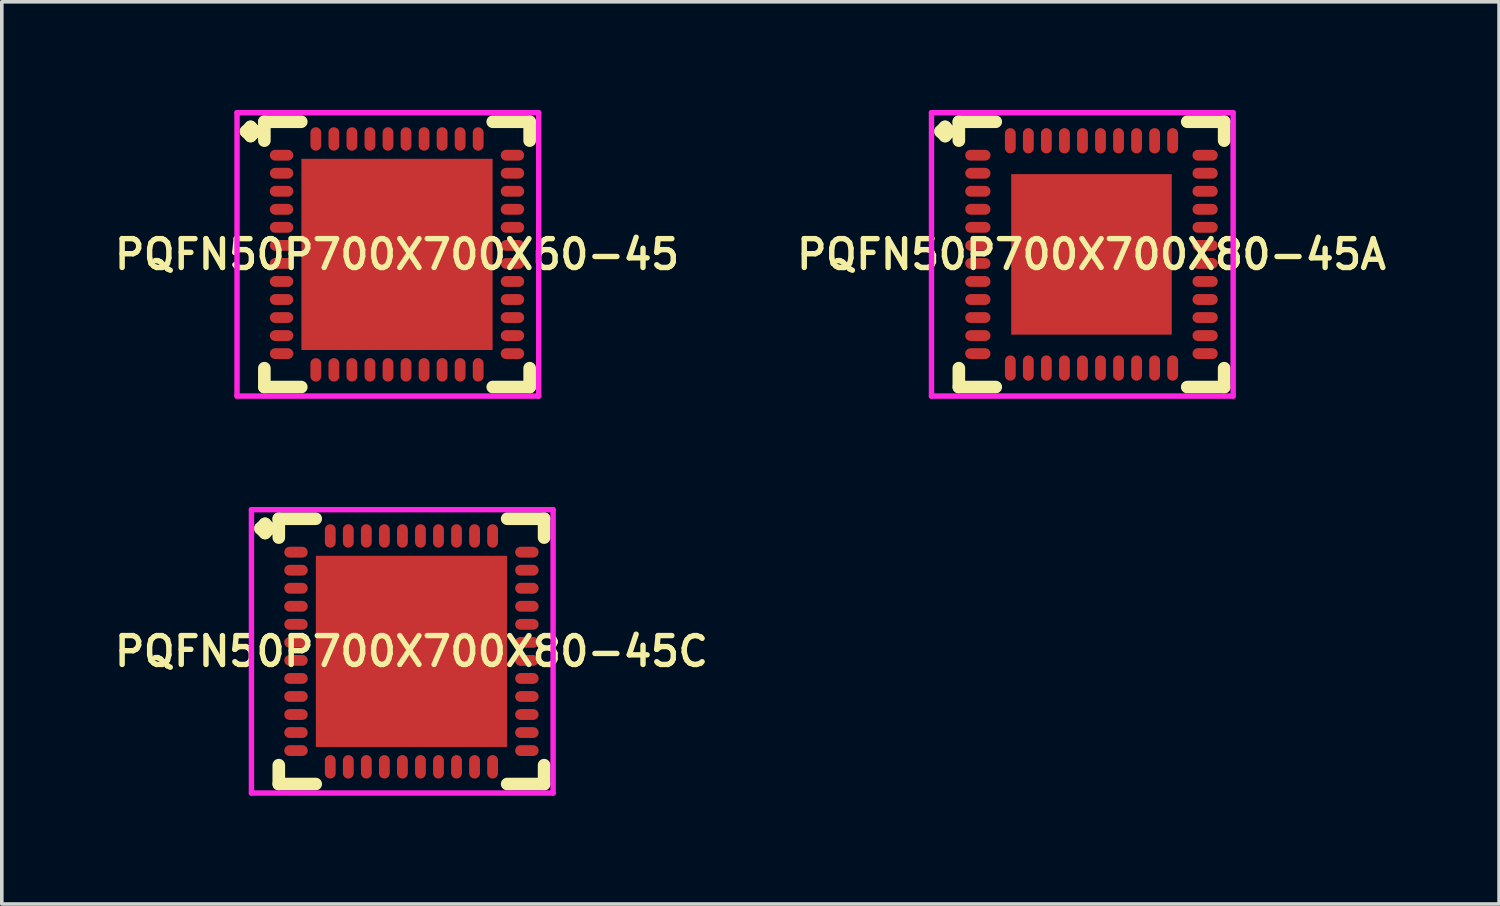
<source format=kicad_pcb>
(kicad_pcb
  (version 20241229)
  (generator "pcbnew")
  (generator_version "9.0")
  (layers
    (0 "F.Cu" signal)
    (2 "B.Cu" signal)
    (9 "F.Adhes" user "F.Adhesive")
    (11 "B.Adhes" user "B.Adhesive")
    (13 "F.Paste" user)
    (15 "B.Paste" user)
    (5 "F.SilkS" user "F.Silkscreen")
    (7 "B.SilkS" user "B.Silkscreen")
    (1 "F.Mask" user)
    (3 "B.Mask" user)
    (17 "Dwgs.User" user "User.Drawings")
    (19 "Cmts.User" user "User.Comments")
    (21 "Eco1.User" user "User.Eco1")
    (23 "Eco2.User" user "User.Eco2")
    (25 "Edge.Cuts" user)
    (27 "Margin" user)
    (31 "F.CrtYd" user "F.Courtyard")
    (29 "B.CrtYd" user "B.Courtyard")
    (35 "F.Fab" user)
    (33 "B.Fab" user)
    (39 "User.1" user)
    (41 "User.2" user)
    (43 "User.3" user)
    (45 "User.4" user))
  (footprint "PQFN50P700X700X80-45C"
    (layer "F.Cu")
    (at 8.355 15.006)
    (property "Reference" "PQFN50P700X700X80-45C" (at 0 0 0) (layer "F.SilkS") (effects (font (size 0.8 0.8) (thickness 0.15))))
    (attr smd)
    (fp_line (start -4.185 -3.408) (end -4.058 -3.535) (stroke (width 0.35) (type solid)) (layer "F.SilkS"))
    (fp_line (start -4.058 -3.535) (end -3.931 -3.408) (stroke (width 0.35) (type solid)) (layer "F.SilkS"))
    (fp_line (start -4.058 -3.281) (end -4.185 -3.408) (stroke (width 0.35) (type solid)) (layer "F.SilkS"))
    (fp_line (start -3.931 -3.408) (end -4.058 -3.281) (stroke (width 0.35) (type solid)) (layer "F.SilkS"))
    (fp_line (start -3.677 -3.677) (end -2.654 -3.677) (stroke (width 0.35) (type solid)) (layer "F.SilkS"))
    (fp_line (start -3.677 -3.154) (end -3.677 -3.677) (stroke (width 0.35) (type solid)) (layer "F.SilkS"))
    (fp_line (start -3.677 3.154) (end -3.677 3.677) (stroke (width 0.35) (type solid)) (layer "F.SilkS"))
    (fp_line (start -3.677 3.677) (end -2.654 3.677) (stroke (width 0.35) (type solid)) (layer "F.SilkS"))
    (fp_line (start 2.654 -3.677) (end 3.677 -3.677) (stroke (width 0.35) (type solid)) (layer "F.SilkS"))
    (fp_line (start 2.654 3.677) (end 3.677 3.677) (stroke (width 0.35) (type solid)) (layer "F.SilkS"))
    (fp_line (start 3.677 -3.677) (end 3.677 -3.154) (stroke (width 0.35) (type solid)) (layer "F.SilkS"))
    (fp_line (start 3.677 3.677) (end 3.677 3.154) (stroke (width 0.35) (type solid)) (layer "F.SilkS"))
    (fp_line (start -4.435 -3.927) (end 3.927 -3.927) (stroke (width 0.15) (type solid)) (layer "F.CrtYd"))
    (fp_line (start -4.435 3.927) (end -4.435 -3.927) (stroke (width 0.15) (type solid)) (layer "F.CrtYd"))
    (fp_line (start 3.927 -3.927) (end 3.927 3.927) (stroke (width 0.15) (type solid)) (layer "F.CrtYd"))
    (fp_line (start 3.927 3.927) (end -4.435 3.927) (stroke (width 0.15) (type solid)) (layer "F.CrtYd"))
    (pad "1" smd oval (at -3.2 -2.75) (size 0.65 0.3) (layers "F.Cu" "F.Mask" "F.Paste"))
    (pad "2" smd oval (at -3.2 -2.25) (size 0.65 0.3) (layers "F.Cu" "F.Mask" "F.Paste"))
    (pad "3" smd oval (at -3.2 -1.75) (size 0.65 0.3) (layers "F.Cu" "F.Mask" "F.Paste"))
    (pad "4" smd oval (at -3.2 -1.25) (size 0.65 0.3) (layers "F.Cu" "F.Mask" "F.Paste"))
    (pad "5" smd oval (at -3.2 -0.75) (size 0.65 0.3) (layers "F.Cu" "F.Mask" "F.Paste"))
    (pad "6" smd oval (at -3.2 -0.25) (size 0.65 0.3) (layers "F.Cu" "F.Mask" "F.Paste"))
    (pad "7" smd oval (at -3.2 0.25) (size 0.65 0.3) (layers "F.Cu" "F.Mask" "F.Paste"))
    (pad "8" smd oval (at -3.2 0.75) (size 0.65 0.3) (layers "F.Cu" "F.Mask" "F.Paste"))
    (pad "9" smd oval (at -3.2 1.25) (size 0.65 0.3) (layers "F.Cu" "F.Mask" "F.Paste"))
    (pad "10" smd oval (at -3.2 1.75) (size 0.65 0.3) (layers "F.Cu" "F.Mask" "F.Paste"))
    (pad "11" smd oval (at -3.2 2.25) (size 0.65 0.3) (layers "F.Cu" "F.Mask" "F.Paste"))
    (pad "12" smd oval (at -3.2 2.75) (size 0.65 0.3) (layers "F.Cu" "F.Mask" "F.Paste"))
    (pad "13" smd oval (at -2.25 3.2) (size 0.3 0.65) (layers "F.Cu" "F.Mask" "F.Paste"))
    (pad "14" smd oval (at -1.75 3.2) (size 0.3 0.65) (layers "F.Cu" "F.Mask" "F.Paste"))
    (pad "15" smd oval (at -1.25 3.2) (size 0.3 0.65) (layers "F.Cu" "F.Mask" "F.Paste"))
    (pad "16" smd oval (at -0.75 3.2) (size 0.3 0.65) (layers "F.Cu" "F.Mask" "F.Paste"))
    (pad "17" smd oval (at -0.25 3.2) (size 0.3 0.65) (layers "F.Cu" "F.Mask" "F.Paste"))
    (pad "18" smd oval (at 0.25 3.2) (size 0.3 0.65) (layers "F.Cu" "F.Mask" "F.Paste"))
    (pad "19" smd oval (at 0.75 3.2) (size 0.3 0.65) (layers "F.Cu" "F.Mask" "F.Paste"))
    (pad "20" smd oval (at 1.25 3.2) (size 0.3 0.65) (layers "F.Cu" "F.Mask" "F.Paste"))
    (pad "21" smd oval (at 1.75 3.2) (size 0.3 0.65) (layers "F.Cu" "F.Mask" "F.Paste"))
    (pad "22" smd oval (at 2.25 3.2) (size 0.3 0.65) (layers "F.Cu" "F.Mask" "F.Paste"))
    (pad "23" smd oval (at 3.2 2.75) (size 0.65 0.3) (layers "F.Cu" "F.Mask" "F.Paste"))
    (pad "24" smd oval (at 3.2 2.25) (size 0.65 0.3) (layers "F.Cu" "F.Mask" "F.Paste"))
    (pad "25" smd oval (at 3.2 1.75) (size 0.65 0.3) (layers "F.Cu" "F.Mask" "F.Paste"))
    (pad "26" smd oval (at 3.2 1.25) (size 0.65 0.3) (layers "F.Cu" "F.Mask" "F.Paste"))
    (pad "27" smd oval (at 3.2 0.75) (size 0.65 0.3) (layers "F.Cu" "F.Mask" "F.Paste"))
    (pad "28" smd oval (at 3.2 0.25) (size 0.65 0.3) (layers "F.Cu" "F.Mask" "F.Paste"))
    (pad "29" smd oval (at 3.2 -0.25) (size 0.65 0.3) (layers "F.Cu" "F.Mask" "F.Paste"))
    (pad "30" smd oval (at 3.2 -0.75) (size 0.65 0.3) (layers "F.Cu" "F.Mask" "F.Paste"))
    (pad "31" smd oval (at 3.2 -1.25) (size 0.65 0.3) (layers "F.Cu" "F.Mask" "F.Paste"))
    (pad "32" smd oval (at 3.2 -1.75) (size 0.65 0.3) (layers "F.Cu" "F.Mask" "F.Paste"))
    (pad "33" smd oval (at 3.2 -2.25) (size 0.65 0.3) (layers "F.Cu" "F.Mask" "F.Paste"))
    (pad "34" smd oval (at 3.2 -2.75) (size 0.65 0.3) (layers "F.Cu" "F.Mask" "F.Paste"))
    (pad "35" smd oval (at 2.25 -3.2) (size 0.3 0.65) (layers "F.Cu" "F.Mask" "F.Paste"))
    (pad "36" smd oval (at 1.75 -3.2) (size 0.3 0.65) (layers "F.Cu" "F.Mask" "F.Paste"))
    (pad "37" smd oval (at 1.25 -3.2) (size 0.3 0.65) (layers "F.Cu" "F.Mask" "F.Paste"))
    (pad "38" smd oval (at 0.75 -3.2) (size 0.3 0.65) (layers "F.Cu" "F.Mask" "F.Paste"))
    (pad "39" smd oval (at 0.25 -3.2) (size 0.3 0.65) (layers "F.Cu" "F.Mask" "F.Paste"))
    (pad "40" smd oval (at -0.25 -3.2) (size 0.3 0.65) (layers "F.Cu" "F.Mask" "F.Paste"))
    (pad "41" smd oval (at -0.75 -3.2) (size 0.3 0.65) (layers "F.Cu" "F.Mask" "F.Paste"))
    (pad "42" smd oval (at -1.25 -3.2) (size 0.3 0.65) (layers "F.Cu" "F.Mask" "F.Paste"))
    (pad "43" smd oval (at -1.75 -3.2) (size 0.3 0.65) (layers "F.Cu" "F.Mask" "F.Paste"))
    (pad "44" smd oval (at -2.25 -3.2) (size 0.3 0.65) (layers "F.Cu" "F.Mask" "F.Paste"))
    (pad "45" smd rect (at 0 0) (size 5.3 5.3) (layers "F.Cu" "F.Mask" "F.Paste")))
  (footprint "PQFN50P700X700X60-45"
    (layer "F.Cu")
    (at 7.955 4.002)
    (property "Reference" "PQFN50P700X700X60-45" (at 0 0 0) (layer "F.SilkS") (effects (font (size 0.8 0.8) (thickness 0.15))))
    (attr through_hole)
    (fp_line (start -4.185 -3.408) (end -4.058 -3.535) (stroke (width 0.35) (type solid)) (layer "F.SilkS"))
    (fp_line (start -4.058 -3.535) (end -3.931 -3.408) (stroke (width 0.35) (type solid)) (layer "F.SilkS"))
    (fp_line (start -4.058 -3.281) (end -4.185 -3.408) (stroke (width 0.35) (type solid)) (layer "F.SilkS"))
    (fp_line (start -3.931 -3.408) (end -4.058 -3.281) (stroke (width 0.35) (type solid)) (layer "F.SilkS"))
    (fp_line (start -3.677 -3.677) (end -2.654 -3.677) (stroke (width 0.35) (type solid)) (layer "F.SilkS"))
    (fp_line (start -3.677 -3.154) (end -3.677 -3.677) (stroke (width 0.35) (type solid)) (layer "F.SilkS"))
    (fp_line (start -3.677 3.154) (end -3.677 3.677) (stroke (width 0.35) (type solid)) (layer "F.SilkS"))
    (fp_line (start -3.677 3.677) (end -2.654 3.677) (stroke (width 0.35) (type solid)) (layer "F.SilkS"))
    (fp_line (start 2.654 -3.677) (end 3.677 -3.677) (stroke (width 0.35) (type solid)) (layer "F.SilkS"))
    (fp_line (start 2.654 3.677) (end 3.677 3.677) (stroke (width 0.35) (type solid)) (layer "F.SilkS"))
    (fp_line (start 3.677 -3.677) (end 3.677 -3.154) (stroke (width 0.35) (type solid)) (layer "F.SilkS"))
    (fp_line (start 3.677 3.677) (end 3.677 3.154) (stroke (width 0.35) (type solid)) (layer "F.SilkS"))
    (fp_line (start -4.435 -3.927) (end 3.927 -3.927) (stroke (width 0.15) (type solid)) (layer "F.CrtYd"))
    (fp_line (start -4.435 3.927) (end -4.435 -3.927) (stroke (width 0.15) (type solid)) (layer "F.CrtYd"))
    (fp_line (start 3.927 -3.927) (end 3.927 3.927) (stroke (width 0.15) (type solid)) (layer "F.CrtYd"))
    (fp_line (start 3.927 3.927) (end -4.435 3.927) (stroke (width 0.15) (type solid)) (layer "F.CrtYd"))
    (pad "1" smd oval (at -3.2 -2.75) (size 0.65 0.3) (layers "F.Cu" "F.Mask" "F.Paste"))
    (pad "2" smd oval (at -3.2 -2.25) (size 0.65 0.3) (layers "F.Cu" "F.Mask" "F.Paste"))
    (pad "3" smd oval (at -3.2 -1.75) (size 0.65 0.3) (layers "F.Cu" "F.Mask" "F.Paste"))
    (pad "4" smd oval (at -3.2 -1.25) (size 0.65 0.3) (layers "F.Cu" "F.Mask" "F.Paste"))
    (pad "5" smd oval (at -3.2 -0.75) (size 0.65 0.3) (layers "F.Cu" "F.Mask" "F.Paste"))
    (pad "6" smd oval (at -3.2 -0.25) (size 0.65 0.3) (layers "F.Cu" "F.Mask" "F.Paste"))
    (pad "7" smd oval (at -3.2 0.25) (size 0.65 0.3) (layers "F.Cu" "F.Mask" "F.Paste"))
    (pad "8" smd oval (at -3.2 0.75) (size 0.65 0.3) (layers "F.Cu" "F.Mask" "F.Paste"))
    (pad "9" smd oval (at -3.2 1.25) (size 0.65 0.3) (layers "F.Cu" "F.Mask" "F.Paste"))
    (pad "10" smd oval (at -3.2 1.75) (size 0.65 0.3) (layers "F.Cu" "F.Mask" "F.Paste"))
    (pad "11" smd oval (at -3.2 2.25) (size 0.65 0.3) (layers "F.Cu" "F.Mask" "F.Paste"))
    (pad "12" smd oval (at -3.2 2.75) (size 0.65 0.3) (layers "F.Cu" "F.Mask" "F.Paste"))
    (pad "13" smd oval (at -2.25 3.2) (size 0.3 0.65) (layers "F.Cu" "F.Mask" "F.Paste"))
    (pad "14" smd oval (at -1.75 3.2) (size 0.3 0.65) (layers "F.Cu" "F.Mask" "F.Paste"))
    (pad "15" smd oval (at -1.25 3.2) (size 0.3 0.65) (layers "F.Cu" "F.Mask" "F.Paste"))
    (pad "16" smd oval (at -0.75 3.2) (size 0.3 0.65) (layers "F.Cu" "F.Mask" "F.Paste"))
    (pad "17" smd oval (at -0.25 3.2) (size 0.3 0.65) (layers "F.Cu" "F.Mask" "F.Paste"))
    (pad "18" smd oval (at 0.25 3.2) (size 0.3 0.65) (layers "F.Cu" "F.Mask" "F.Paste"))
    (pad "19" smd oval (at 0.75 3.2) (size 0.3 0.65) (layers "F.Cu" "F.Mask" "F.Paste"))
    (pad "20" smd oval (at 1.25 3.2) (size 0.3 0.65) (layers "F.Cu" "F.Mask" "F.Paste"))
    (pad "21" smd oval (at 1.75 3.2) (size 0.3 0.65) (layers "F.Cu" "F.Mask" "F.Paste"))
    (pad "22" smd oval (at 2.25 3.2) (size 0.3 0.65) (layers "F.Cu" "F.Mask" "F.Paste"))
    (pad "23" smd oval (at 3.2 2.75) (size 0.65 0.3) (layers "F.Cu" "F.Mask" "F.Paste"))
    (pad "24" smd oval (at 3.2 2.25) (size 0.65 0.3) (layers "F.Cu" "F.Mask" "F.Paste"))
    (pad "25" smd oval (at 3.2 1.75) (size 0.65 0.3) (layers "F.Cu" "F.Mask" "F.Paste"))
    (pad "26" smd oval (at 3.2 1.25) (size 0.65 0.3) (layers "F.Cu" "F.Mask" "F.Paste"))
    (pad "27" smd oval (at 3.2 0.75) (size 0.65 0.3) (layers "F.Cu" "F.Mask" "F.Paste"))
    (pad "28" smd oval (at 3.2 0.25) (size 0.65 0.3) (layers "F.Cu" "F.Mask" "F.Paste"))
    (pad "29" smd oval (at 3.2 -0.25) (size 0.65 0.3) (layers "F.Cu" "F.Mask" "F.Paste"))
    (pad "30" smd oval (at 3.2 -0.75) (size 0.65 0.3) (layers "F.Cu" "F.Mask" "F.Paste"))
    (pad "31" smd oval (at 3.2 -1.25) (size 0.65 0.3) (layers "F.Cu" "F.Mask" "F.Paste"))
    (pad "32" smd oval (at 3.2 -1.75) (size 0.65 0.3) (layers "F.Cu" "F.Mask" "F.Paste"))
    (pad "33" smd oval (at 3.2 -2.25) (size 0.65 0.3) (layers "F.Cu" "F.Mask" "F.Paste"))
    (pad "34" smd oval (at 3.2 -2.75) (size 0.65 0.3) (layers "F.Cu" "F.Mask" "F.Paste"))
    (pad "35" smd oval (at 2.25 -3.2) (size 0.3 0.65) (layers "F.Cu" "F.Mask" "F.Paste"))
    (pad "36" smd oval (at 1.75 -3.2) (size 0.3 0.65) (layers "F.Cu" "F.Mask" "F.Paste"))
    (pad "37" smd oval (at 1.25 -3.2) (size 0.3 0.65) (layers "F.Cu" "F.Mask" "F.Paste"))
    (pad "38" smd oval (at 0.75 -3.2) (size 0.3 0.65) (layers "F.Cu" "F.Mask" "F.Paste"))
    (pad "39" smd oval (at 0.25 -3.2) (size 0.3 0.65) (layers "F.Cu" "F.Mask" "F.Paste"))
    (pad "40" smd oval (at -0.25 -3.2) (size 0.3 0.65) (layers "F.Cu" "F.Mask" "F.Paste"))
    (pad "41" smd oval (at -0.75 -3.2) (size 0.3 0.65) (layers "F.Cu" "F.Mask" "F.Paste"))
    (pad "42" smd oval (at -1.25 -3.2) (size 0.3 0.65) (layers "F.Cu" "F.Mask" "F.Paste"))
    (pad "43" smd oval (at -1.75 -3.2) (size 0.3 0.65) (layers "F.Cu" "F.Mask" "F.Paste"))
    (pad "44" smd oval (at -2.25 -3.2) (size 0.3 0.65) (layers "F.Cu" "F.Mask" "F.Paste"))
    (pad "45" smd rect (at 0 0) (size 5.3 5.3) (layers "F.Cu" "F.Mask" "F.Paste")))
  (footprint "PQFN50P700X700X80-45A"
    (layer "F.Cu")
    (at 27.206 4.002)
    (property "Reference" "PQFN50P700X700X80-45A" (at 0 0 0) (layer "F.SilkS") (effects (font (size 0.8 0.8) (thickness 0.15))))
    (attr smd)
    (fp_line (start -4.185 -3.408) (end -4.058 -3.535) (stroke (width 0.35) (type solid)) (layer "F.SilkS"))
    (fp_line (start -4.058 -3.535) (end -3.931 -3.408) (stroke (width 0.35) (type solid)) (layer "F.SilkS"))
    (fp_line (start -4.058 -3.281) (end -4.185 -3.408) (stroke (width 0.35) (type solid)) (layer "F.SilkS"))
    (fp_line (start -3.931 -3.408) (end -4.058 -3.281) (stroke (width 0.35) (type solid)) (layer "F.SilkS"))
    (fp_line (start -3.677 -3.677) (end -2.654 -3.677) (stroke (width 0.35) (type solid)) (layer "F.SilkS"))
    (fp_line (start -3.677 -3.154) (end -3.677 -3.677) (stroke (width 0.35) (type solid)) (layer "F.SilkS"))
    (fp_line (start -3.677 3.154) (end -3.677 3.677) (stroke (width 0.35) (type solid)) (layer "F.SilkS"))
    (fp_line (start -3.677 3.677) (end -2.654 3.677) (stroke (width 0.35) (type solid)) (layer "F.SilkS"))
    (fp_line (start 2.654 -3.677) (end 3.677 -3.677) (stroke (width 0.35) (type solid)) (layer "F.SilkS"))
    (fp_line (start 2.654 3.677) (end 3.677 3.677) (stroke (width 0.35) (type solid)) (layer "F.SilkS"))
    (fp_line (start 3.677 -3.677) (end 3.677 -3.154) (stroke (width 0.35) (type solid)) (layer "F.SilkS"))
    (fp_line (start 3.677 3.677) (end 3.677 3.154) (stroke (width 0.35) (type solid)) (layer "F.SilkS"))
    (fp_line (start -4.435 -3.927) (end 3.927 -3.927) (stroke (width 0.15) (type solid)) (layer "F.CrtYd"))
    (fp_line (start -4.435 3.927) (end -4.435 -3.927) (stroke (width 0.15) (type solid)) (layer "F.CrtYd"))
    (fp_line (start 3.927 -3.927) (end 3.927 3.927) (stroke (width 0.15) (type solid)) (layer "F.CrtYd"))
    (fp_line (start 3.927 3.927) (end -4.435 3.927) (stroke (width 0.15) (type solid)) (layer "F.CrtYd"))
    (pad "1" smd oval (at -3.15 -2.75) (size 0.7 0.3) (layers "F.Cu" "F.Mask" "F.Paste"))
    (pad "2" smd oval (at -3.15 -2.25) (size 0.7 0.3) (layers "F.Cu" "F.Mask" "F.Paste"))
    (pad "3" smd oval (at -3.15 -1.75) (size 0.7 0.3) (layers "F.Cu" "F.Mask" "F.Paste"))
    (pad "4" smd oval (at -3.15 -1.25) (size 0.7 0.3) (layers "F.Cu" "F.Mask" "F.Paste"))
    (pad "5" smd oval (at -3.15 -0.75) (size 0.7 0.3) (layers "F.Cu" "F.Mask" "F.Paste"))
    (pad "6" smd oval (at -3.15 -0.25) (size 0.7 0.3) (layers "F.Cu" "F.Mask" "F.Paste"))
    (pad "7" smd oval (at -3.15 0.25) (size 0.7 0.3) (layers "F.Cu" "F.Mask" "F.Paste"))
    (pad "8" smd oval (at -3.15 0.75) (size 0.7 0.3) (layers "F.Cu" "F.Mask" "F.Paste"))
    (pad "9" smd oval (at -3.15 1.25) (size 0.7 0.3) (layers "F.Cu" "F.Mask" "F.Paste"))
    (pad "10" smd oval (at -3.15 1.75) (size 0.7 0.3) (layers "F.Cu" "F.Mask" "F.Paste"))
    (pad "11" smd oval (at -3.15 2.25) (size 0.7 0.3) (layers "F.Cu" "F.Mask" "F.Paste"))
    (pad "12" smd oval (at -3.15 2.75) (size 0.7 0.3) (layers "F.Cu" "F.Mask" "F.Paste"))
    (pad "13" smd oval (at -2.25 3.15) (size 0.3 0.7) (layers "F.Cu" "F.Mask" "F.Paste"))
    (pad "14" smd oval (at -1.75 3.15) (size 0.3 0.7) (layers "F.Cu" "F.Mask" "F.Paste"))
    (pad "15" smd oval (at -1.25 3.15) (size 0.3 0.7) (layers "F.Cu" "F.Mask" "F.Paste"))
    (pad "16" smd oval (at -0.75 3.15) (size 0.3 0.7) (layers "F.Cu" "F.Mask" "F.Paste"))
    (pad "17" smd oval (at -0.25 3.15) (size 0.3 0.7) (layers "F.Cu" "F.Mask" "F.Paste"))
    (pad "18" smd oval (at 0.25 3.15) (size 0.3 0.7) (layers "F.Cu" "F.Mask" "F.Paste"))
    (pad "19" smd oval (at 0.75 3.15) (size 0.3 0.7) (layers "F.Cu" "F.Mask" "F.Paste"))
    (pad "20" smd oval (at 1.25 3.15) (size 0.3 0.7) (layers "F.Cu" "F.Mask" "F.Paste"))
    (pad "21" smd oval (at 1.75 3.15) (size 0.3 0.7) (layers "F.Cu" "F.Mask" "F.Paste"))
    (pad "22" smd oval (at 2.25 3.15) (size 0.3 0.7) (layers "F.Cu" "F.Mask" "F.Paste"))
    (pad "23" smd oval (at 3.15 2.75) (size 0.7 0.3) (layers "F.Cu" "F.Mask" "F.Paste"))
    (pad "24" smd oval (at 3.15 2.25) (size 0.7 0.3) (layers "F.Cu" "F.Mask" "F.Paste"))
    (pad "25" smd oval (at 3.15 1.75) (size 0.7 0.3) (layers "F.Cu" "F.Mask" "F.Paste"))
    (pad "26" smd oval (at 3.15 1.25) (size 0.7 0.3) (layers "F.Cu" "F.Mask" "F.Paste"))
    (pad "27" smd oval (at 3.15 0.75) (size 0.7 0.3) (layers "F.Cu" "F.Mask" "F.Paste"))
    (pad "28" smd oval (at 3.15 0.25) (size 0.7 0.3) (layers "F.Cu" "F.Mask" "F.Paste"))
    (pad "29" smd oval (at 3.15 -0.25) (size 0.7 0.3) (layers "F.Cu" "F.Mask" "F.Paste"))
    (pad "30" smd oval (at 3.15 -0.75) (size 0.7 0.3) (layers "F.Cu" "F.Mask" "F.Paste"))
    (pad "31" smd oval (at 3.15 -1.25) (size 0.7 0.3) (layers "F.Cu" "F.Mask" "F.Paste"))
    (pad "32" smd oval (at 3.15 -1.75) (size 0.7 0.3) (layers "F.Cu" "F.Mask" "F.Paste"))
    (pad "33" smd oval (at 3.15 -2.25) (size 0.7 0.3) (layers "F.Cu" "F.Mask" "F.Paste"))
    (pad "34" smd oval (at 3.15 -2.75) (size 0.7 0.3) (layers "F.Cu" "F.Mask" "F.Paste"))
    (pad "35" smd oval (at 2.25 -3.15) (size 0.3 0.7) (layers "F.Cu" "F.Mask" "F.Paste"))
    (pad "36" smd oval (at 1.75 -3.15) (size 0.3 0.7) (layers "F.Cu" "F.Mask" "F.Paste"))
    (pad "37" smd oval (at 1.25 -3.15) (size 0.3 0.7) (layers "F.Cu" "F.Mask" "F.Paste"))
    (pad "38" smd oval (at 0.75 -3.15) (size 0.3 0.7) (layers "F.Cu" "F.Mask" "F.Paste"))
    (pad "39" smd oval (at 0.25 -3.15) (size 0.3 0.7) (layers "F.Cu" "F.Mask" "F.Paste"))
    (pad "40" smd oval (at -0.25 -3.15) (size 0.3 0.7) (layers "F.Cu" "F.Mask" "F.Paste"))
    (pad "41" smd oval (at -0.75 -3.15) (size 0.3 0.7) (layers "F.Cu" "F.Mask" "F.Paste"))
    (pad "42" smd oval (at -1.25 -3.15) (size 0.3 0.7) (layers "F.Cu" "F.Mask" "F.Paste"))
    (pad "43" smd oval (at -1.75 -3.15) (size 0.3 0.7) (layers "F.Cu" "F.Mask" "F.Paste"))
    (pad "44" smd oval (at -2.25 -3.15) (size 0.3 0.7) (layers "F.Cu" "F.Mask" "F.Paste"))
    (pad "45" smd rect (at 0 0) (size 4.45 4.45) (layers "F.Cu" "F.Mask" "F.Paste")))
  (gr_rect
    (start -3 -3)
    (end 38.504 22.008)
    (stroke (width 0.1) (type default))
    (fill no)
    (layer "Edge.Cuts")))
</source>
